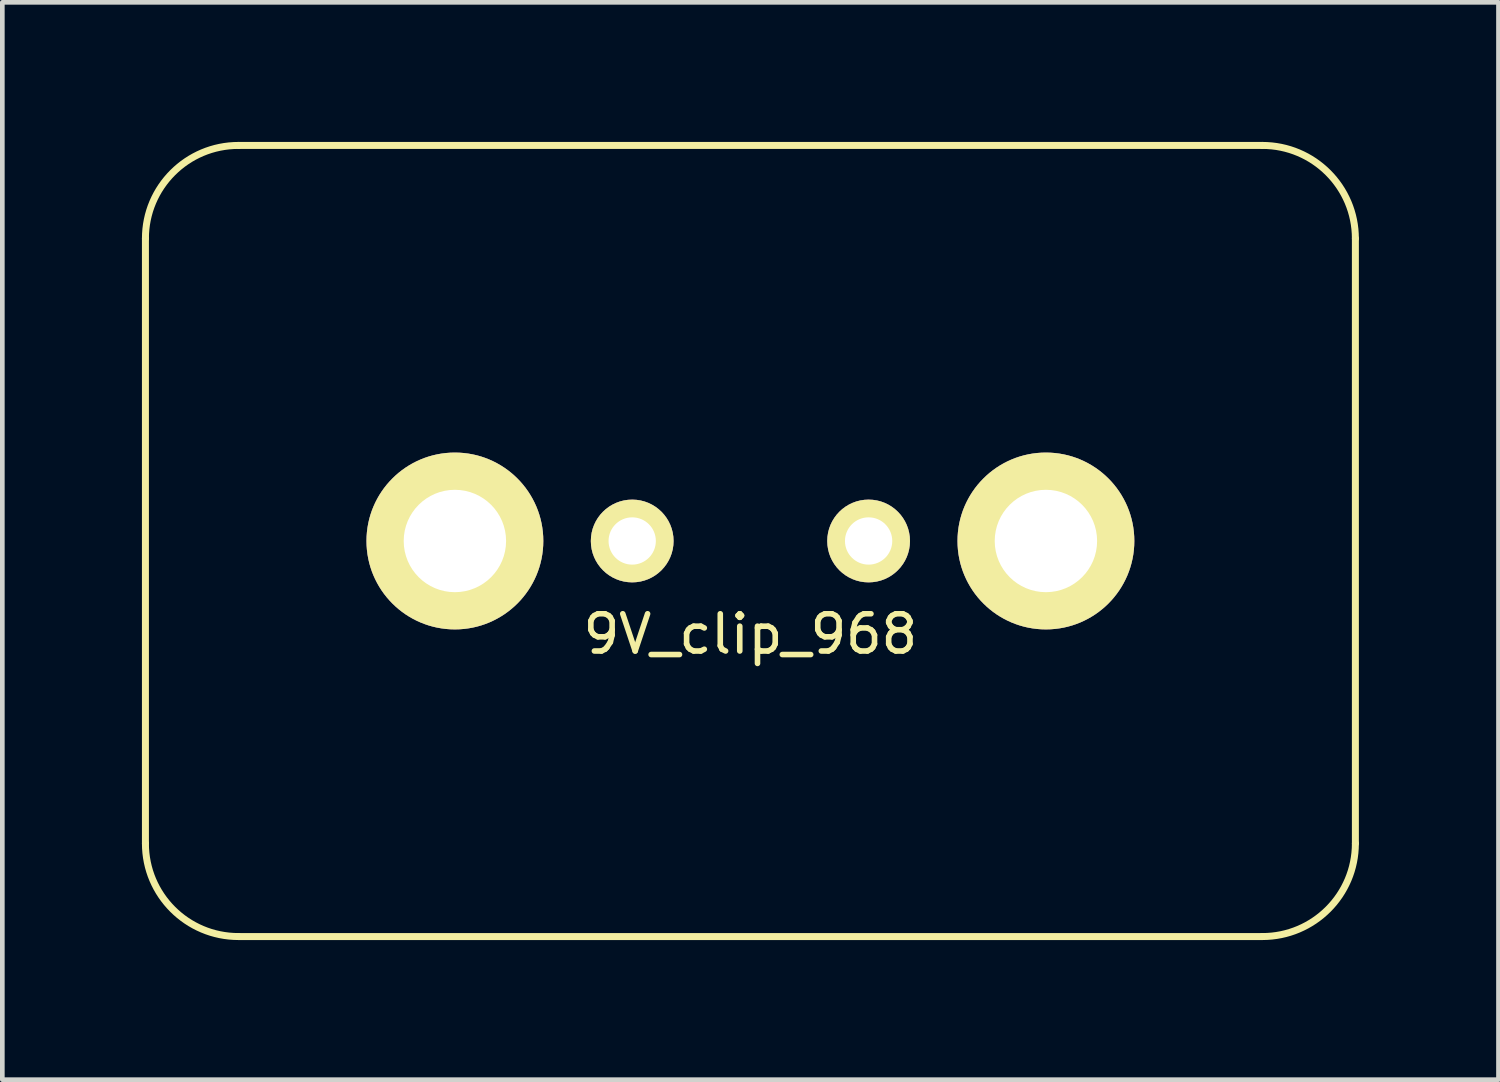
<source format=kicad_pcb>
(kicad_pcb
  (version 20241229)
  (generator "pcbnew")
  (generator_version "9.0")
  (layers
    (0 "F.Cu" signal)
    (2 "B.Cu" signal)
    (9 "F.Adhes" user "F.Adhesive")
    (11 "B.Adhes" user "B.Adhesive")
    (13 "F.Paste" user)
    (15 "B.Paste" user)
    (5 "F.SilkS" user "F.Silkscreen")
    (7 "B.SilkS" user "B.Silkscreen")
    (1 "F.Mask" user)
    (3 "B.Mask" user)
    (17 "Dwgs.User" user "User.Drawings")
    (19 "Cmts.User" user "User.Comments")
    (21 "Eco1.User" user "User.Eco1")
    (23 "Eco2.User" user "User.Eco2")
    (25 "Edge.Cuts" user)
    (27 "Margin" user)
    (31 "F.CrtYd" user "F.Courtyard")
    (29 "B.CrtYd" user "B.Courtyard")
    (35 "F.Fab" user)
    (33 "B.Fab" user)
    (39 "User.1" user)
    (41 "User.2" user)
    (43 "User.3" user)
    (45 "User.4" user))
  (footprint "9V_clip_968"
    (layer "F.Cu")
    (at 13.075 8.575)
    (property "Reference" "9V_clip_968" (at 0 2 0) (layer "F.SilkS") (effects (font (size 0.8 0.8) (thickness 0.12))))
    (attr through_hole)
    (fp_line (start -13 -6.5) (end -13 6.5) (stroke (width 0.15) (type solid)) (layer "F.SilkS"))
    (fp_line (start -11 8.5) (end 11 8.5) (stroke (width 0.15) (type solid)) (layer "F.SilkS"))
    (fp_line (start 11 -8.5) (end -11 -8.5) (stroke (width 0.15) (type solid)) (layer "F.SilkS"))
    (fp_line (start 13 6.5) (end 13 -6.5) (stroke (width 0.15) (type solid)) (layer "F.SilkS"))
    (fp_arc (start -13 -6.5) (mid -12.414214 -7.914214) (end -11 -8.5) (stroke (width 0.15) (type solid)) (layer "F.SilkS"))
    (fp_arc (start -11 8.5) (mid -12.414214 7.914214) (end -13 6.5) (stroke (width 0.15) (type solid)) (layer "F.SilkS"))
    (fp_arc (start 11 -8.5) (mid 12.414214 -7.914214) (end 13 -6.5) (stroke (width 0.15) (type solid)) (layer "F.SilkS"))
    (fp_arc (start 13 6.5) (mid 12.414214 7.914214) (end 11 8.5) (stroke (width 0.15) (type solid)) (layer "F.SilkS"))
    (pad "1" thru_hole circle (at 2.54 0) (size 1.778 1.778) (drill 1.016) (layers "*.Cu" "*.Mask" "F.SilkS"))
    (pad "1" thru_hole circle (at 6.35 0) (size 3.8 3.8) (drill 2.2) (layers "*.Cu" "*.Mask" "F.SilkS"))
    (pad "2" thru_hole circle (at -6.35 0) (size 3.8 3.8) (drill 2.2) (layers "*.Cu" "*.Mask" "F.SilkS"))
    (pad "2" thru_hole circle (at -2.54 0) (size 1.778 1.778) (drill 1.016) (layers "*.Cu" "*.Mask" "F.SilkS")))
  (gr_rect
    (start -3 -3)
    (end 29.15 20.15)
    (stroke (width 0.1) (type default))
    (fill no)
    (layer "Edge.Cuts")))
</source>
